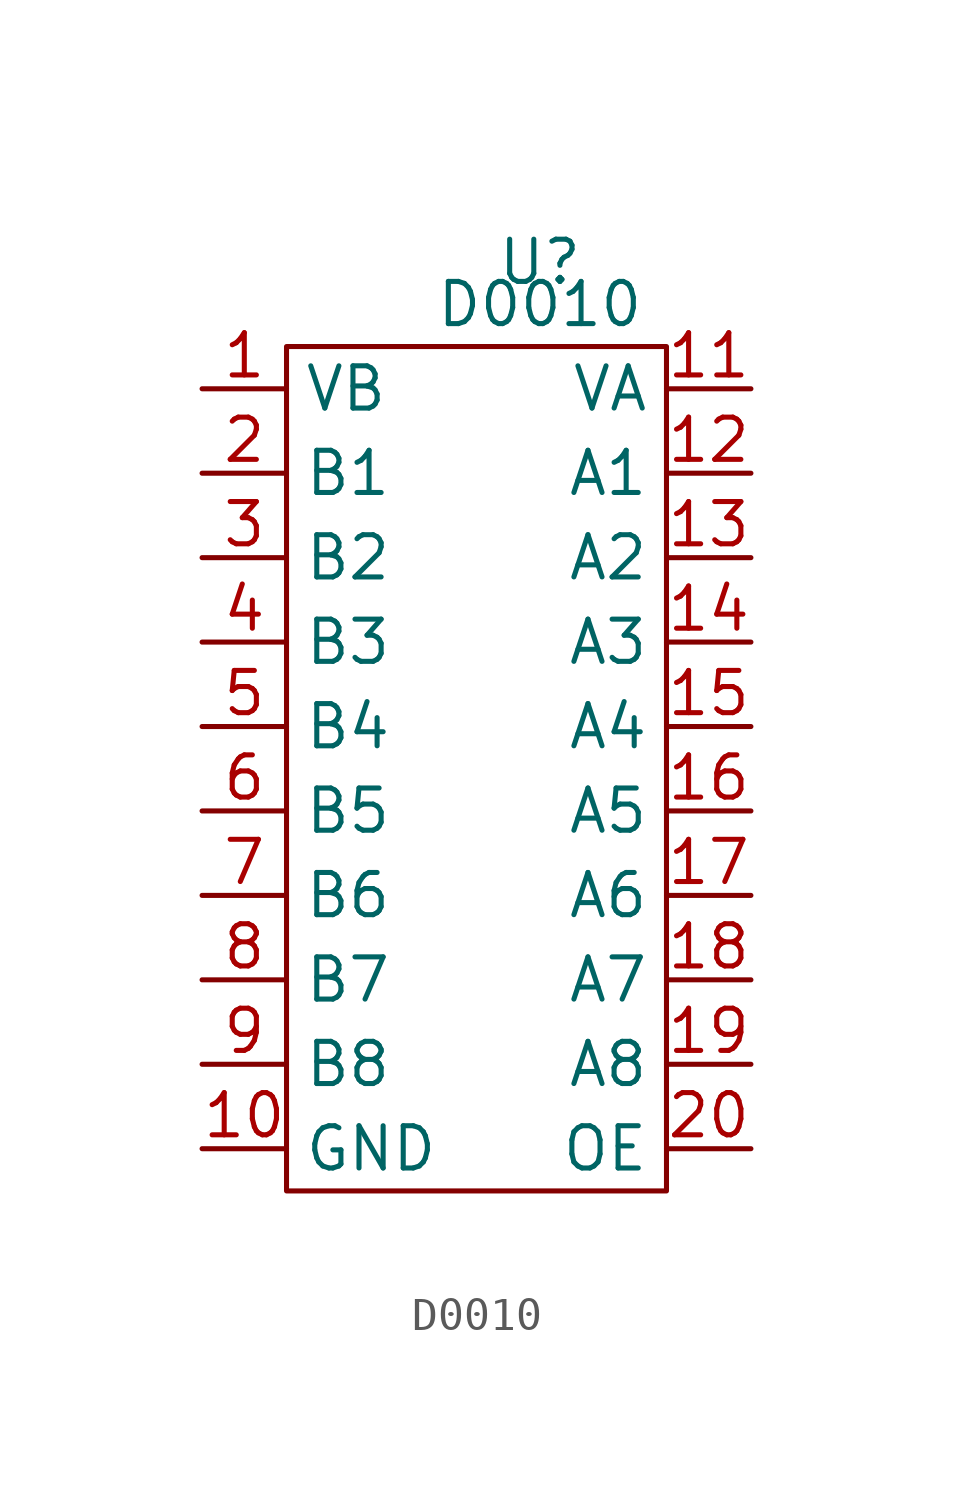
<source format=kicad_sym>
(kicad_symbol_lib
  (version 20211014)
  (generator kicad_symbol_editor)
  (symbol "D0010"
    (property "Reference" "U"
      (at 0 0 0)
      (effects (font (size 1.27 1.27))))
    (property "Value" "D0010"
      (at 0 -1.27 0)
      (effects (font (size 1.27 1.27))))
    (symbol "D0010_0_1"
      (rectangle (start -7.62 -2.54) (end 3.81 -27.94) (stroke (width 0) (type default) (color 0 0 0 0)) (fill (type none))))
    (symbol "D0010_1_1"
      (pin input line (at -10.16 -3.81 0) (length 2.54) (name "VB" (effects (font (size 1.27 1.27)))) (number "1" (effects (font (size 1.27 1.27)))))
      (pin input line (at -10.16 -26.67 0) (length 2.54) (name "GND" (effects (font (size 1.27 1.27)))) (number "10" (effects (font (size 1.27 1.27)))))
      (pin input line (at 6.35 -3.81 180) (length 2.54) (name "VA" (effects (font (size 1.27 1.27)))) (number "11" (effects (font (size 1.27 1.27)))))
      (pin input line (at 6.35 -6.35 180) (length 2.54) (name "A1" (effects (font (size 1.27 1.27)))) (number "12" (effects (font (size 1.27 1.27)))))
      (pin input line (at 6.35 -8.89 180) (length 2.54) (name "A2" (effects (font (size 1.27 1.27)))) (number "13" (effects (font (size 1.27 1.27)))))
      (pin input line (at 6.35 -11.43 180) (length 2.54) (name "A3" (effects (font (size 1.27 1.27)))) (number "14" (effects (font (size 1.27 1.27)))))
      (pin input line (at 6.35 -13.97 180) (length 2.54) (name "A4" (effects (font (size 1.27 1.27)))) (number "15" (effects (font (size 1.27 1.27)))))
      (pin input line (at 6.35 -16.51 180) (length 2.54) (name "A5" (effects (font (size 1.27 1.27)))) (number "16" (effects (font (size 1.27 1.27)))))
      (pin input line (at 6.35 -19.05 180) (length 2.54) (name "A6" (effects (font (size 1.27 1.27)))) (number "17" (effects (font (size 1.27 1.27)))))
      (pin input line (at 6.35 -21.59 180) (length 2.54) (name "A7" (effects (font (size 1.27 1.27)))) (number "18" (effects (font (size 1.27 1.27)))))
      (pin input line (at 6.35 -24.13 180) (length 2.54) (name "A8" (effects (font (size 1.27 1.27)))) (number "19" (effects (font (size 1.27 1.27)))))
      (pin input line (at -10.16 -6.35 0) (length 2.54) (name "B1" (effects (font (size 1.27 1.27)))) (number "2" (effects (font (size 1.27 1.27)))))
      (pin input line (at 6.35 -26.67 180) (length 2.54) (name "OE" (effects (font (size 1.27 1.27)))) (number "20" (effects (font (size 1.27 1.27)))))
      (pin input line (at -10.16 -8.89 0) (length 2.54) (name "B2" (effects (font (size 1.27 1.27)))) (number "3" (effects (font (size 1.27 1.27)))))
      (pin input line (at -10.16 -11.43 0) (length 2.54) (name "B3" (effects (font (size 1.27 1.27)))) (number "4" (effects (font (size 1.27 1.27)))))
      (pin input line (at -10.16 -13.97 0) (length 2.54) (name "B4" (effects (font (size 1.27 1.27)))) (number "5" (effects (font (size 1.27 1.27)))))
      (pin input line (at -10.16 -16.51 0) (length 2.54) (name "B5" (effects (font (size 1.27 1.27)))) (number "6" (effects (font (size 1.27 1.27)))))
      (pin input line (at -10.16 -19.05 0) (length 2.54) (name "B6" (effects (font (size 1.27 1.27)))) (number "7" (effects (font (size 1.27 1.27)))))
      (pin input line (at -10.16 -21.59 0) (length 2.54) (name "B7" (effects (font (size 1.27 1.27)))) (number "8" (effects (font (size 1.27 1.27)))))
      (pin input line (at -10.16 -24.13 0) (length 2.54) (name "B8" (effects (font (size 1.27 1.27)))) (number "9" (effects (font (size 1.27 1.27))))))))
</source>
